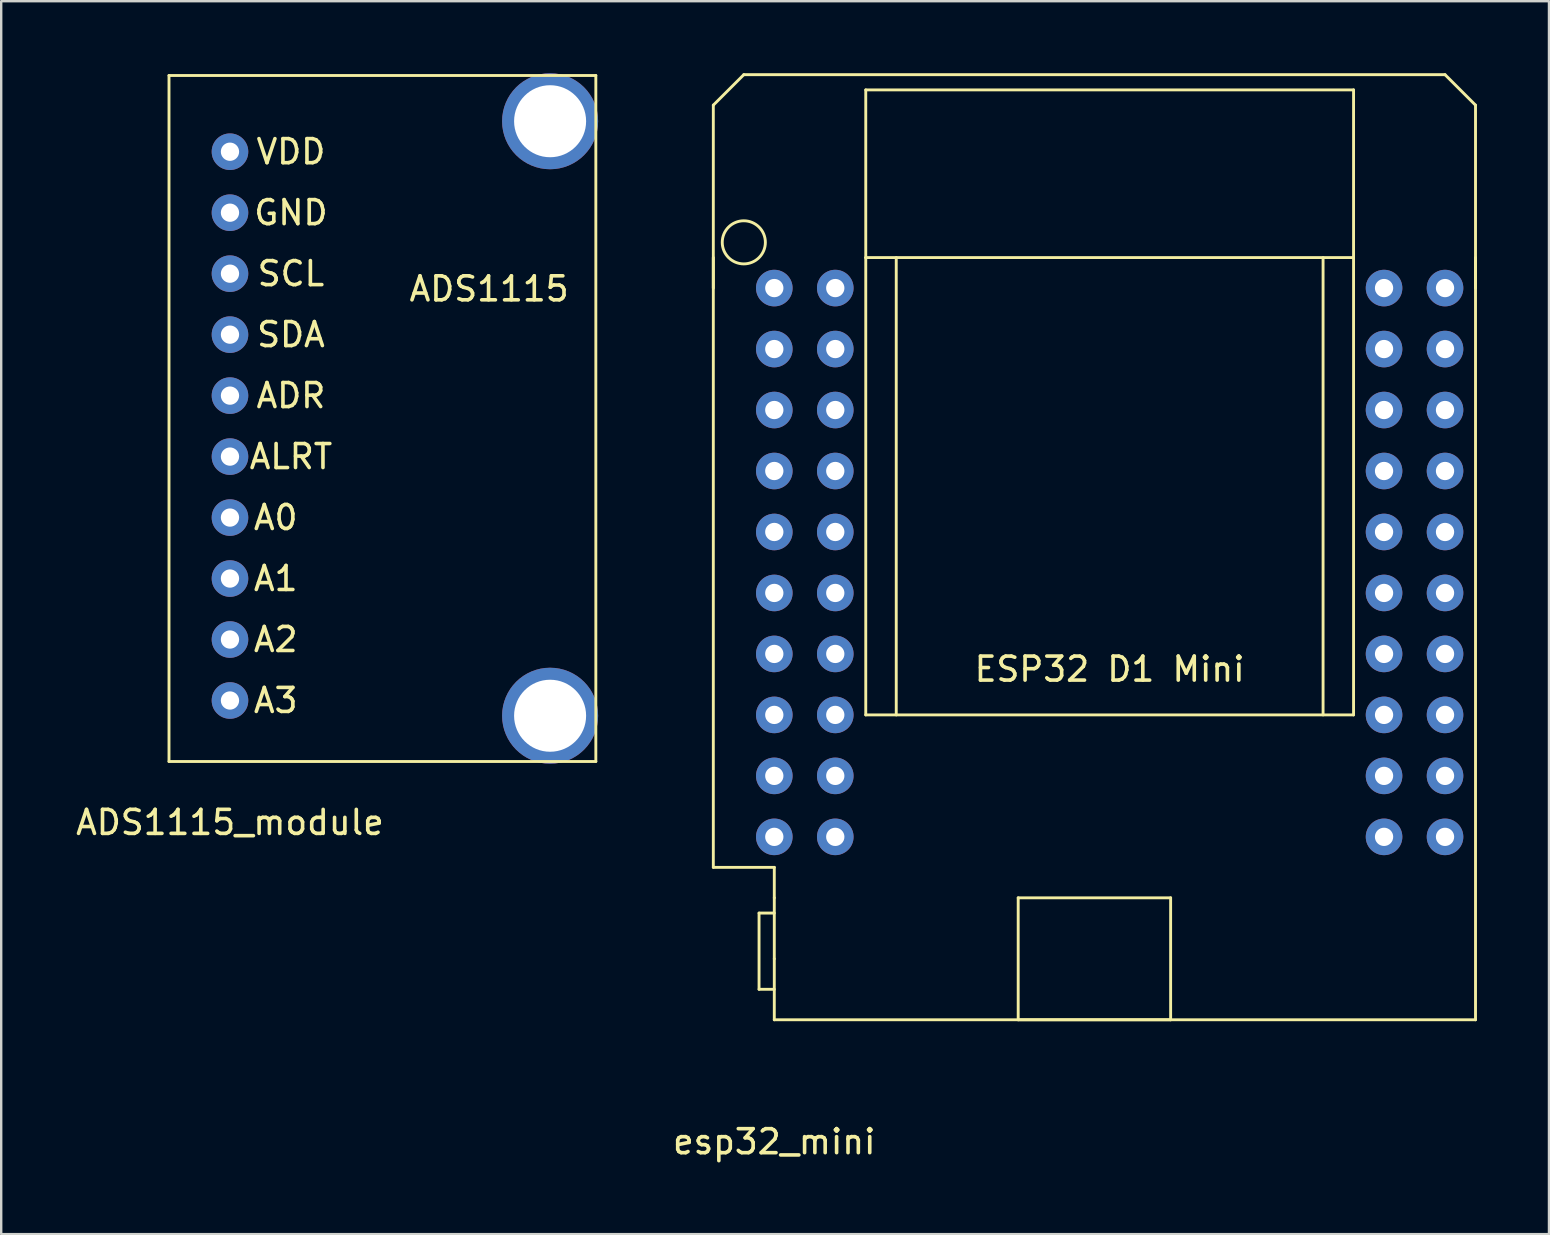
<source format=kicad_pcb>
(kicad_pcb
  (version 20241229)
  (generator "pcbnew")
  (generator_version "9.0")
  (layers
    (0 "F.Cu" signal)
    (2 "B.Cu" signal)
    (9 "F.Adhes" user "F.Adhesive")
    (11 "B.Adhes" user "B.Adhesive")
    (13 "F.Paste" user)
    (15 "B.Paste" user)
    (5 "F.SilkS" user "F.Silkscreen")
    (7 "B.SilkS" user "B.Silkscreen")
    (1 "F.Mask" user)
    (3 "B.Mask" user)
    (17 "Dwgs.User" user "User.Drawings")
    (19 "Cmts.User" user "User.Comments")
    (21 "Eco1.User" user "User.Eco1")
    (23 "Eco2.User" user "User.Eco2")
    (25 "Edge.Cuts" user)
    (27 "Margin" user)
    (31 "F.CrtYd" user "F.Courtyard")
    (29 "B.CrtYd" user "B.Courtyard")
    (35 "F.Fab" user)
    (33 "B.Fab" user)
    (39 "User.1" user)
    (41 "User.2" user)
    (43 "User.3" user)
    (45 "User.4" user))
  (footprint "ADS1115_module"
    (layer "F.Cu")
    (at 3.99 28.67)
    (property "Reference" "ADS1115_module" (at 2.54 2.54 0) (layer "F.SilkS") (effects (font (size 1 1) (thickness 0.15))))
    (attr through_hole)
    (fp_line (start 0 -28.575) (end 17.78 -28.575) (stroke (width 0.12) (type solid)) (layer "F.SilkS"))
    (fp_line (start 0 0) (end 0 -28.575) (stroke (width 0.12) (type solid)) (layer "F.SilkS"))
    (fp_line (start 17.78 -28.575) (end 17.78 0) (stroke (width 0.12) (type solid)) (layer "F.SilkS"))
    (fp_line (start 17.78 0) (end 0 0) (stroke (width 0.12) (type solid)) (layer "F.SilkS"))
    (fp_text user "ALRT" (at 5.08 -12.7 0) (layer "F.SilkS") (effects (font (size 1 1) (thickness 0.15))))
    (fp_text user "SCL" (at 5.08 -20.32 0) (layer "F.SilkS") (effects (font (size 1 1) (thickness 0.15))))
    (fp_text user "A3" (at 4.445 -2.54 0) (layer "F.SilkS") (effects (font (size 1 1) (thickness 0.15))))
    (fp_text user "ADS1115" (at 13.335 -19.685 0) (layer "F.SilkS") (effects (font (size 1 1) (thickness 0.15))))
    (fp_text user "SDA" (at 5.08 -17.78 0) (layer "F.SilkS") (effects (font (size 1 1) (thickness 0.15))))
    (fp_text user "GND" (at 5.08 -22.86 0) (layer "F.SilkS") (effects (font (size 1 1) (thickness 0.15))))
    (fp_text user "A0" (at 4.445 -10.16 0) (layer "F.SilkS") (effects (font (size 1 1) (thickness 0.15))))
    (fp_text user "ADR" (at 5.08 -15.24 0) (layer "F.SilkS") (effects (font (size 1 1) (thickness 0.15))))
    (fp_text user "A1" (at 4.445 -7.62 0) (layer "F.SilkS") (effects (font (size 1 1) (thickness 0.15))))
    (fp_text user "VDD" (at 5.08 -25.4 0) (layer "F.SilkS") (effects (font (size 1 1) (thickness 0.15))))
    (fp_text user "A2" (at 4.445 -5.08 0) (layer "F.SilkS") (effects (font (size 1 1) (thickness 0.15))))
    (pad "1" thru_hole circle (at 2.54 -25.4) (size 1.524 1.524) (drill 0.762) (layers "*.Cu" "*.Mask"))
    (pad "2" thru_hole circle (at 2.54 -22.86) (size 1.524 1.524) (drill 0.762) (layers "*.Cu" "*.Mask"))
    (pad "3" thru_hole circle (at 2.54 -20.32) (size 1.524 1.524) (drill 0.762) (layers "*.Cu" "*.Mask"))
    (pad "4" thru_hole circle (at 2.54 -17.78) (size 1.524 1.524) (drill 0.762) (layers "*.Cu" "*.Mask"))
    (pad "5" thru_hole circle (at 2.54 -15.24) (size 1.524 1.524) (drill 0.762) (layers "*.Cu" "*.Mask"))
    (pad "6" thru_hole circle (at 2.54 -12.7) (size 1.524 1.524) (drill 0.762) (layers "*.Cu" "*.Mask"))
    (pad "7" thru_hole circle (at 2.54 -10.16) (size 1.524 1.524) (drill 0.762) (layers "*.Cu" "*.Mask"))
    (pad "8" thru_hole circle (at 2.54 -7.62) (size 1.524 1.524) (drill 0.762) (layers "*.Cu" "*.Mask"))
    (pad "9" thru_hole circle (at 2.54 -5.08) (size 1.524 1.524) (drill 0.762) (layers "*.Cu" "*.Mask"))
    (pad "10" thru_hole circle (at 2.54 -2.54) (size 1.524 1.524) (drill 0.762) (layers "*.Cu" "*.Mask"))
    (pad "11" thru_hole circle (at 15.875 -26.67) (size 4 4) (drill 3) (layers "*.Cu" "*.Mask"))
    (pad "12" thru_hole circle (at 15.875 -1.905) (size 4 4) (drill 3) (layers "*.Cu" "*.Mask")))
  (footprint "esp32_mini"
    (layer "F.Cu")
    (at 26.664 39.43)
    (property "Reference" "esp32_mini" (at 2.54 5.08 0) (layer "F.SilkS") (effects (font (size 1 1) (thickness 0.15))))
    (attr through_hole)
    (fp_line (start 0 -38.1) (end 0 -30.48) (stroke (width 0.12) (type solid)) (layer "F.SilkS"))
    (fp_line (start 0 -6.35) (end 0 -31.75) (stroke (width 0.12) (type solid)) (layer "F.SilkS"))
    (fp_line (start 1.27 -39.37) (end 0 -38.1) (stroke (width 0.12) (type solid)) (layer "F.SilkS"))
    (fp_line (start 1.27 -39.37) (end 30.48 -39.37) (stroke (width 0.12) (type solid)) (layer "F.SilkS"))
    (fp_line (start 1.905 -4.445) (end 1.905 -1.27) (stroke (width 0.12) (type solid)) (layer "F.SilkS"))
    (fp_line (start 1.905 -1.27) (end 2.54 -1.27) (stroke (width 0.12) (type solid)) (layer "F.SilkS"))
    (fp_line (start 2.54 -6.35) (end 0 -6.35) (stroke (width 0.12) (type solid)) (layer "F.SilkS"))
    (fp_line (start 2.54 -5.08) (end 2.54 -6.35) (stroke (width 0.12) (type solid)) (layer "F.SilkS"))
    (fp_line (start 2.54 -4.445) (end 1.905 -4.445) (stroke (width 0.12) (type solid)) (layer "F.SilkS"))
    (fp_line (start 2.54 -2.54) (end 2.54 -5.08) (stroke (width 0.12) (type solid)) (layer "F.SilkS"))
    (fp_line (start 2.54 -2.54) (end 2.54 0) (stroke (width 0.12) (type solid)) (layer "F.SilkS"))
    (fp_line (start 6.35 -38.735) (end 26.67 -38.735) (stroke (width 0.12) (type solid)) (layer "F.SilkS"))
    (fp_line (start 6.35 -31.75) (end 6.35 -38.735) (stroke (width 0.12) (type solid)) (layer "F.SilkS"))
    (fp_line (start 6.35 -31.75) (end 6.35 -12.7) (stroke (width 0.12) (type solid)) (layer "F.SilkS"))
    (fp_line (start 6.35 -12.7) (end 26.67 -12.7) (stroke (width 0.12) (type solid)) (layer "F.SilkS"))
    (fp_line (start 7.62 -31.75) (end 7.62 -12.7) (stroke (width 0.12) (type solid)) (layer "F.SilkS"))
    (fp_line (start 12.7 -5.08) (end 19.05 -5.08) (stroke (width 0.12) (type solid)) (layer "F.SilkS"))
    (fp_line (start 12.7 0) (end 12.7 -5.08) (stroke (width 0.12) (type solid)) (layer "F.SilkS"))
    (fp_line (start 19.05 -5.08) (end 19.05 0) (stroke (width 0.12) (type solid)) (layer "F.SilkS"))
    (fp_line (start 19.05 0) (end 12.7 0) (stroke (width 0.12) (type solid)) (layer "F.SilkS"))
    (fp_line (start 25.4 -31.75) (end 25.4 -12.7) (stroke (width 0.12) (type solid)) (layer "F.SilkS"))
    (fp_line (start 26.67 -38.735) (end 26.67 -31.75) (stroke (width 0.12) (type solid)) (layer "F.SilkS"))
    (fp_line (start 26.67 -31.75) (end 6.35 -31.75) (stroke (width 0.12) (type solid)) (layer "F.SilkS"))
    (fp_line (start 26.67 -12.7) (end 26.67 -31.75) (stroke (width 0.12) (type solid)) (layer "F.SilkS"))
    (fp_line (start 30.48 -39.37) (end 31.75 -38.1) (stroke (width 0.12) (type solid)) (layer "F.SilkS"))
    (fp_line (start 31.75 -38.1) (end 31.75 -30.48) (stroke (width 0.12) (type solid)) (layer "F.SilkS"))
    (fp_line (start 31.75 -31.75) (end 31.75 0) (stroke (width 0.12) (type solid)) (layer "F.SilkS"))
    (fp_line (start 31.75 0) (end 2.54 0) (stroke (width 0.12) (type solid)) (layer "F.SilkS"))
    (fp_circle (center 1.27 -32.385) (end 1.905 -33.02) (stroke (width 0.12) (type solid)) (fill no) (layer "F.SilkS"))
    (fp_text user "ESP32 D1 Mini" (at 16.51 -14.605 0) (layer "F.SilkS") (effects (font (size 1 1) (thickness 0.15))))
    (pad "1" thru_hole circle (at 2.54 -30.48) (size 1.524 1.524) (drill 0.762) (layers "*.Cu" "*.Mask"))
    (pad "2" thru_hole circle (at 2.54 -27.94) (size 1.524 1.524) (drill 0.762) (layers "*.Cu" "*.Mask"))
    (pad "3" thru_hole circle (at 2.54 -25.4) (size 1.524 1.524) (drill 0.762) (layers "*.Cu" "*.Mask"))
    (pad "4" thru_hole circle (at 2.54 -22.86) (size 1.524 1.524) (drill 0.762) (layers "*.Cu" "*.Mask"))
    (pad "5" thru_hole circle (at 2.54 -20.32) (size 1.524 1.524) (drill 0.762) (layers "*.Cu" "*.Mask"))
    (pad "6" thru_hole circle (at 2.54 -17.78) (size 1.524 1.524) (drill 0.762) (layers "*.Cu" "*.Mask"))
    (pad "7" thru_hole circle (at 2.54 -15.24) (size 1.524 1.524) (drill 0.762) (layers "*.Cu" "*.Mask"))
    (pad "8" thru_hole circle (at 2.54 -12.7) (size 1.524 1.524) (drill 0.762) (layers "*.Cu" "*.Mask"))
    (pad "9" thru_hole circle (at 2.54 -10.16) (size 1.524 1.524) (drill 0.762) (layers "*.Cu" "*.Mask"))
    (pad "10" thru_hole circle (at 2.54 -7.62) (size 1.524 1.524) (drill 0.762) (layers "*.Cu" "*.Mask"))
    (pad "11" thru_hole circle (at 5.08 -30.48) (size 1.524 1.524) (drill 0.762) (layers "*.Cu" "*.Mask"))
    (pad "12" thru_hole circle (at 5.08 -27.94) (size 1.524 1.524) (drill 0.762) (layers "*.Cu" "*.Mask"))
    (pad "13" thru_hole circle (at 5.08 -25.4) (size 1.524 1.524) (drill 0.762) (layers "*.Cu" "*.Mask"))
    (pad "14" thru_hole circle (at 5.08 -22.86) (size 1.524 1.524) (drill 0.762) (layers "*.Cu" "*.Mask"))
    (pad "15" thru_hole circle (at 5.08 -20.32) (size 1.524 1.524) (drill 0.762) (layers "*.Cu" "*.Mask"))
    (pad "16" thru_hole circle (at 5.08 -17.78) (size 1.524 1.524) (drill 0.762) (layers "*.Cu" "*.Mask"))
    (pad "17" thru_hole circle (at 5.08 -15.24) (size 1.524 1.524) (drill 0.762) (layers "*.Cu" "*.Mask"))
    (pad "18" thru_hole circle (at 5.08 -12.7) (size 1.524 1.524) (drill 0.762) (layers "*.Cu" "*.Mask"))
    (pad "19" thru_hole circle (at 5.08 -10.16) (size 1.524 1.524) (drill 0.762) (layers "*.Cu" "*.Mask"))
    (pad "20" thru_hole circle (at 5.08 -7.62) (size 1.524 1.524) (drill 0.762) (layers "*.Cu" "*.Mask"))
    (pad "21" thru_hole circle (at 27.94 -30.48) (size 1.524 1.524) (drill 0.762) (layers "*.Cu" "*.Mask"))
    (pad "22" thru_hole circle (at 27.94 -27.94) (size 1.524 1.524) (drill 0.762) (layers "*.Cu" "*.Mask"))
    (pad "23" thru_hole circle (at 27.94 -25.4) (size 1.524 1.524) (drill 0.762) (layers "*.Cu" "*.Mask"))
    (pad "24" thru_hole circle (at 27.94 -22.86) (size 1.524 1.524) (drill 0.762) (layers "*.Cu" "*.Mask"))
    (pad "25" thru_hole circle (at 27.94 -20.32) (size 1.524 1.524) (drill 0.762) (layers "*.Cu" "*.Mask"))
    (pad "26" thru_hole circle (at 27.94 -17.78) (size 1.524 1.524) (drill 0.762) (layers "*.Cu" "*.Mask"))
    (pad "27" thru_hole circle (at 27.94 -15.24) (size 1.524 1.524) (drill 0.762) (layers "*.Cu" "*.Mask"))
    (pad "28" thru_hole circle (at 27.94 -12.7) (size 1.524 1.524) (drill 0.762) (layers "*.Cu" "*.Mask"))
    (pad "29" thru_hole circle (at 27.94 -10.16) (size 1.524 1.524) (drill 0.762) (layers "*.Cu" "*.Mask"))
    (pad "30" thru_hole circle (at 27.94 -7.62) (size 1.524 1.524) (drill 0.762) (layers "*.Cu" "*.Mask"))
    (pad "31" thru_hole circle (at 30.48 -30.48) (size 1.524 1.524) (drill 0.762) (layers "*.Cu" "*.Mask"))
    (pad "32" thru_hole circle (at 30.48 -27.94) (size 1.524 1.524) (drill 0.762) (layers "*.Cu" "*.Mask"))
    (pad "33" thru_hole circle (at 30.48 -25.4) (size 1.524 1.524) (drill 0.762) (layers "*.Cu" "*.Mask"))
    (pad "34" thru_hole circle (at 30.48 -22.86) (size 1.524 1.524) (drill 0.762) (layers "*.Cu" "*.Mask"))
    (pad "35" thru_hole circle (at 30.48 -20.32) (size 1.524 1.524) (drill 0.762) (layers "*.Cu" "*.Mask"))
    (pad "36" thru_hole circle (at 30.48 -17.78) (size 1.524 1.524) (drill 0.762) (layers "*.Cu" "*.Mask"))
    (pad "37" thru_hole circle (at 30.48 -15.24) (size 1.524 1.524) (drill 0.762) (layers "*.Cu" "*.Mask"))
    (pad "38" thru_hole circle (at 30.48 -12.7) (size 1.524 1.524) (drill 0.762) (layers "*.Cu" "*.Mask"))
    (pad "39" thru_hole circle (at 30.48 -10.16) (size 1.524 1.524) (drill 0.762) (layers "*.Cu" "*.Mask"))
    (pad "40" thru_hole circle (at 30.48 -7.62) (size 1.524 1.524) (drill 0.762) (layers "*.Cu" "*.Mask")))
  (gr_rect
    (start -3 -3)
    (end 61.474 48.358)
    (stroke (width 0.1) (type default))
    (fill no)
    (layer "Edge.Cuts")))
</source>
